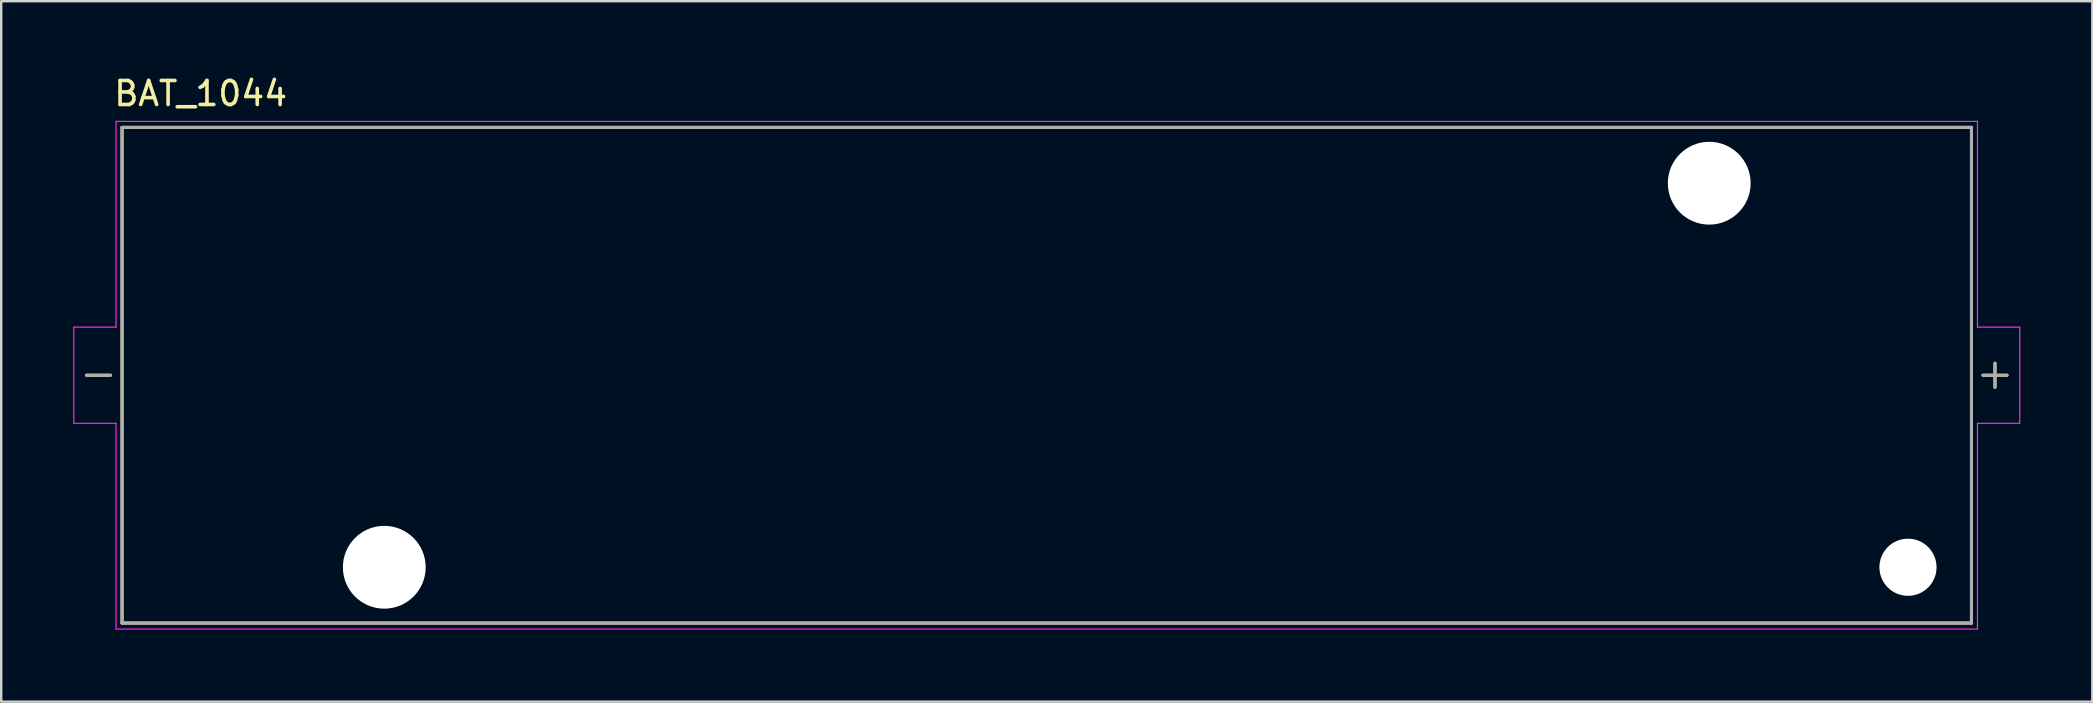
<source format=kicad_pcb>
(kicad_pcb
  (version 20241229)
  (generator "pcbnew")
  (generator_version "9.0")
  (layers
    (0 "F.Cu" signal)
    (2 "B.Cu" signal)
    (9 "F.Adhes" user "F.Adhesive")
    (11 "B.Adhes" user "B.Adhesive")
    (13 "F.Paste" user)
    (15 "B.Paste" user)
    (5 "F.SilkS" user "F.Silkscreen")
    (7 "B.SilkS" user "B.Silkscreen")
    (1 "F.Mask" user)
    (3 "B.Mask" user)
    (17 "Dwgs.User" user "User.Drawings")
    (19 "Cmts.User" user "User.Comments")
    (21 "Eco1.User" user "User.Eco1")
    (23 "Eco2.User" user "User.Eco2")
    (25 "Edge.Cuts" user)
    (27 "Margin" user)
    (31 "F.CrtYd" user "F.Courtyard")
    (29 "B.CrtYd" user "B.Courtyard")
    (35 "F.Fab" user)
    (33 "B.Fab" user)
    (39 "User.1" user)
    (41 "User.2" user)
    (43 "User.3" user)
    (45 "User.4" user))
  (footprint "BAT_1044"
    (layer "F.Cu")
    (at 40.56 12.583)
    (property "Reference" "BAT_1044" (at -35.25 -11.735 0) (layer "F.SilkS") (effects (font (size 1 1) (thickness 0.15))))
    (attr through_hole)
    (fp_line (start -39.005 0) (end -40.005 0) (stroke (width 0.127) (type solid)) (layer "F.SilkS"))
    (fp_line (start -38.525 -10.325) (end 38.525 -10.325) (stroke (width 0.127) (type solid)) (layer "F.SilkS"))
    (fp_line (start -38.525 10.325) (end -38.525 -10.325) (stroke (width 0.127) (type solid)) (layer "F.SilkS"))
    (fp_line (start 38.525 -10.325) (end 38.525 10.325) (stroke (width 0.127) (type solid)) (layer "F.SilkS"))
    (fp_line (start 38.525 10.325) (end -38.525 10.325) (stroke (width 0.127) (type solid)) (layer "F.SilkS"))
    (fp_line (start 39.505 0.5) (end 39.505 -0.5) (stroke (width 0.127) (type solid)) (layer "F.SilkS"))
    (fp_line (start 40.005 0) (end 39.005 0) (stroke (width 0.127) (type solid)) (layer "F.SilkS"))
    (fp_line (start -40.535 -2.003) (end -40.535 2.003) (stroke (width 0.05) (type solid)) (layer "F.CrtYd"))
    (fp_line (start -40.535 2.003) (end -38.775 2.003) (stroke (width 0.05) (type solid)) (layer "F.CrtYd"))
    (fp_line (start -38.775 -10.575) (end 38.775 -10.575) (stroke (width 0.05) (type solid)) (layer "F.CrtYd"))
    (fp_line (start -38.775 -2.003) (end -40.535 -2.003) (stroke (width 0.05) (type solid)) (layer "F.CrtYd"))
    (fp_line (start -38.775 -2.003) (end -38.775 -10.575) (stroke (width 0.05) (type solid)) (layer "F.CrtYd"))
    (fp_line (start -38.775 10.575) (end -38.775 2.003) (stroke (width 0.05) (type solid)) (layer "F.CrtYd"))
    (fp_line (start 38.775 -10.575) (end 38.775 -2.003) (stroke (width 0.05) (type solid)) (layer "F.CrtYd"))
    (fp_line (start 38.775 -2.003) (end 40.535 -2.003) (stroke (width 0.05) (type solid)) (layer "F.CrtYd"))
    (fp_line (start 38.775 2.003) (end 38.775 10.575) (stroke (width 0.05) (type solid)) (layer "F.CrtYd"))
    (fp_line (start 38.775 10.575) (end -38.775 10.575) (stroke (width 0.05) (type solid)) (layer "F.CrtYd"))
    (fp_line (start 40.535 -2.003) (end 40.535 2.003) (stroke (width 0.05) (type solid)) (layer "F.CrtYd"))
    (fp_line (start 40.535 2.003) (end 38.775 2.003) (stroke (width 0.05) (type solid)) (layer "F.CrtYd"))
    (fp_line (start -39.005 0) (end -40.005 0) (stroke (width 0.127) (type solid)) (layer "F.Fab"))
    (fp_line (start -38.525 -10.325) (end 38.525 -10.325) (stroke (width 0.127) (type solid)) (layer "F.Fab"))
    (fp_line (start -38.525 10.325) (end -38.525 -10.325) (stroke (width 0.127) (type solid)) (layer "F.Fab"))
    (fp_line (start 38.525 -10.325) (end 38.525 10.325) (stroke (width 0.127) (type solid)) (layer "F.Fab"))
    (fp_line (start 38.525 10.325) (end -38.525 10.325) (stroke (width 0.127) (type solid)) (layer "F.Fab"))
    (fp_line (start 39.005 0) (end 40.005 0) (stroke (width 0.127) (type solid)) (layer "F.Fab"))
    (fp_line (start 39.505 0.5) (end 39.505 -0.5) (stroke (width 0.127) (type solid)) (layer "F.Fab"))
    (pad "" np_thru_hole circle (at -27.6 8) (size 3.45 3.45) (drill 3.45) (layers "*.Cu" "*.Mask"))
    (pad "" np_thru_hole circle (at 27.6 -8) (size 3.45 3.45) (drill 3.45) (layers "*.Cu" "*.Mask"))
    (pad "" np_thru_hole circle (at 35.88 8) (size 2.38 2.38) (drill 2.38) (layers "*.Cu" "*.Mask")))
  (gr_rect
    (start -3 -3)
    (end 84.12 26.183)
    (stroke (width 0.1) (type default))
    (fill no)
    (layer "Edge.Cuts")))
</source>
